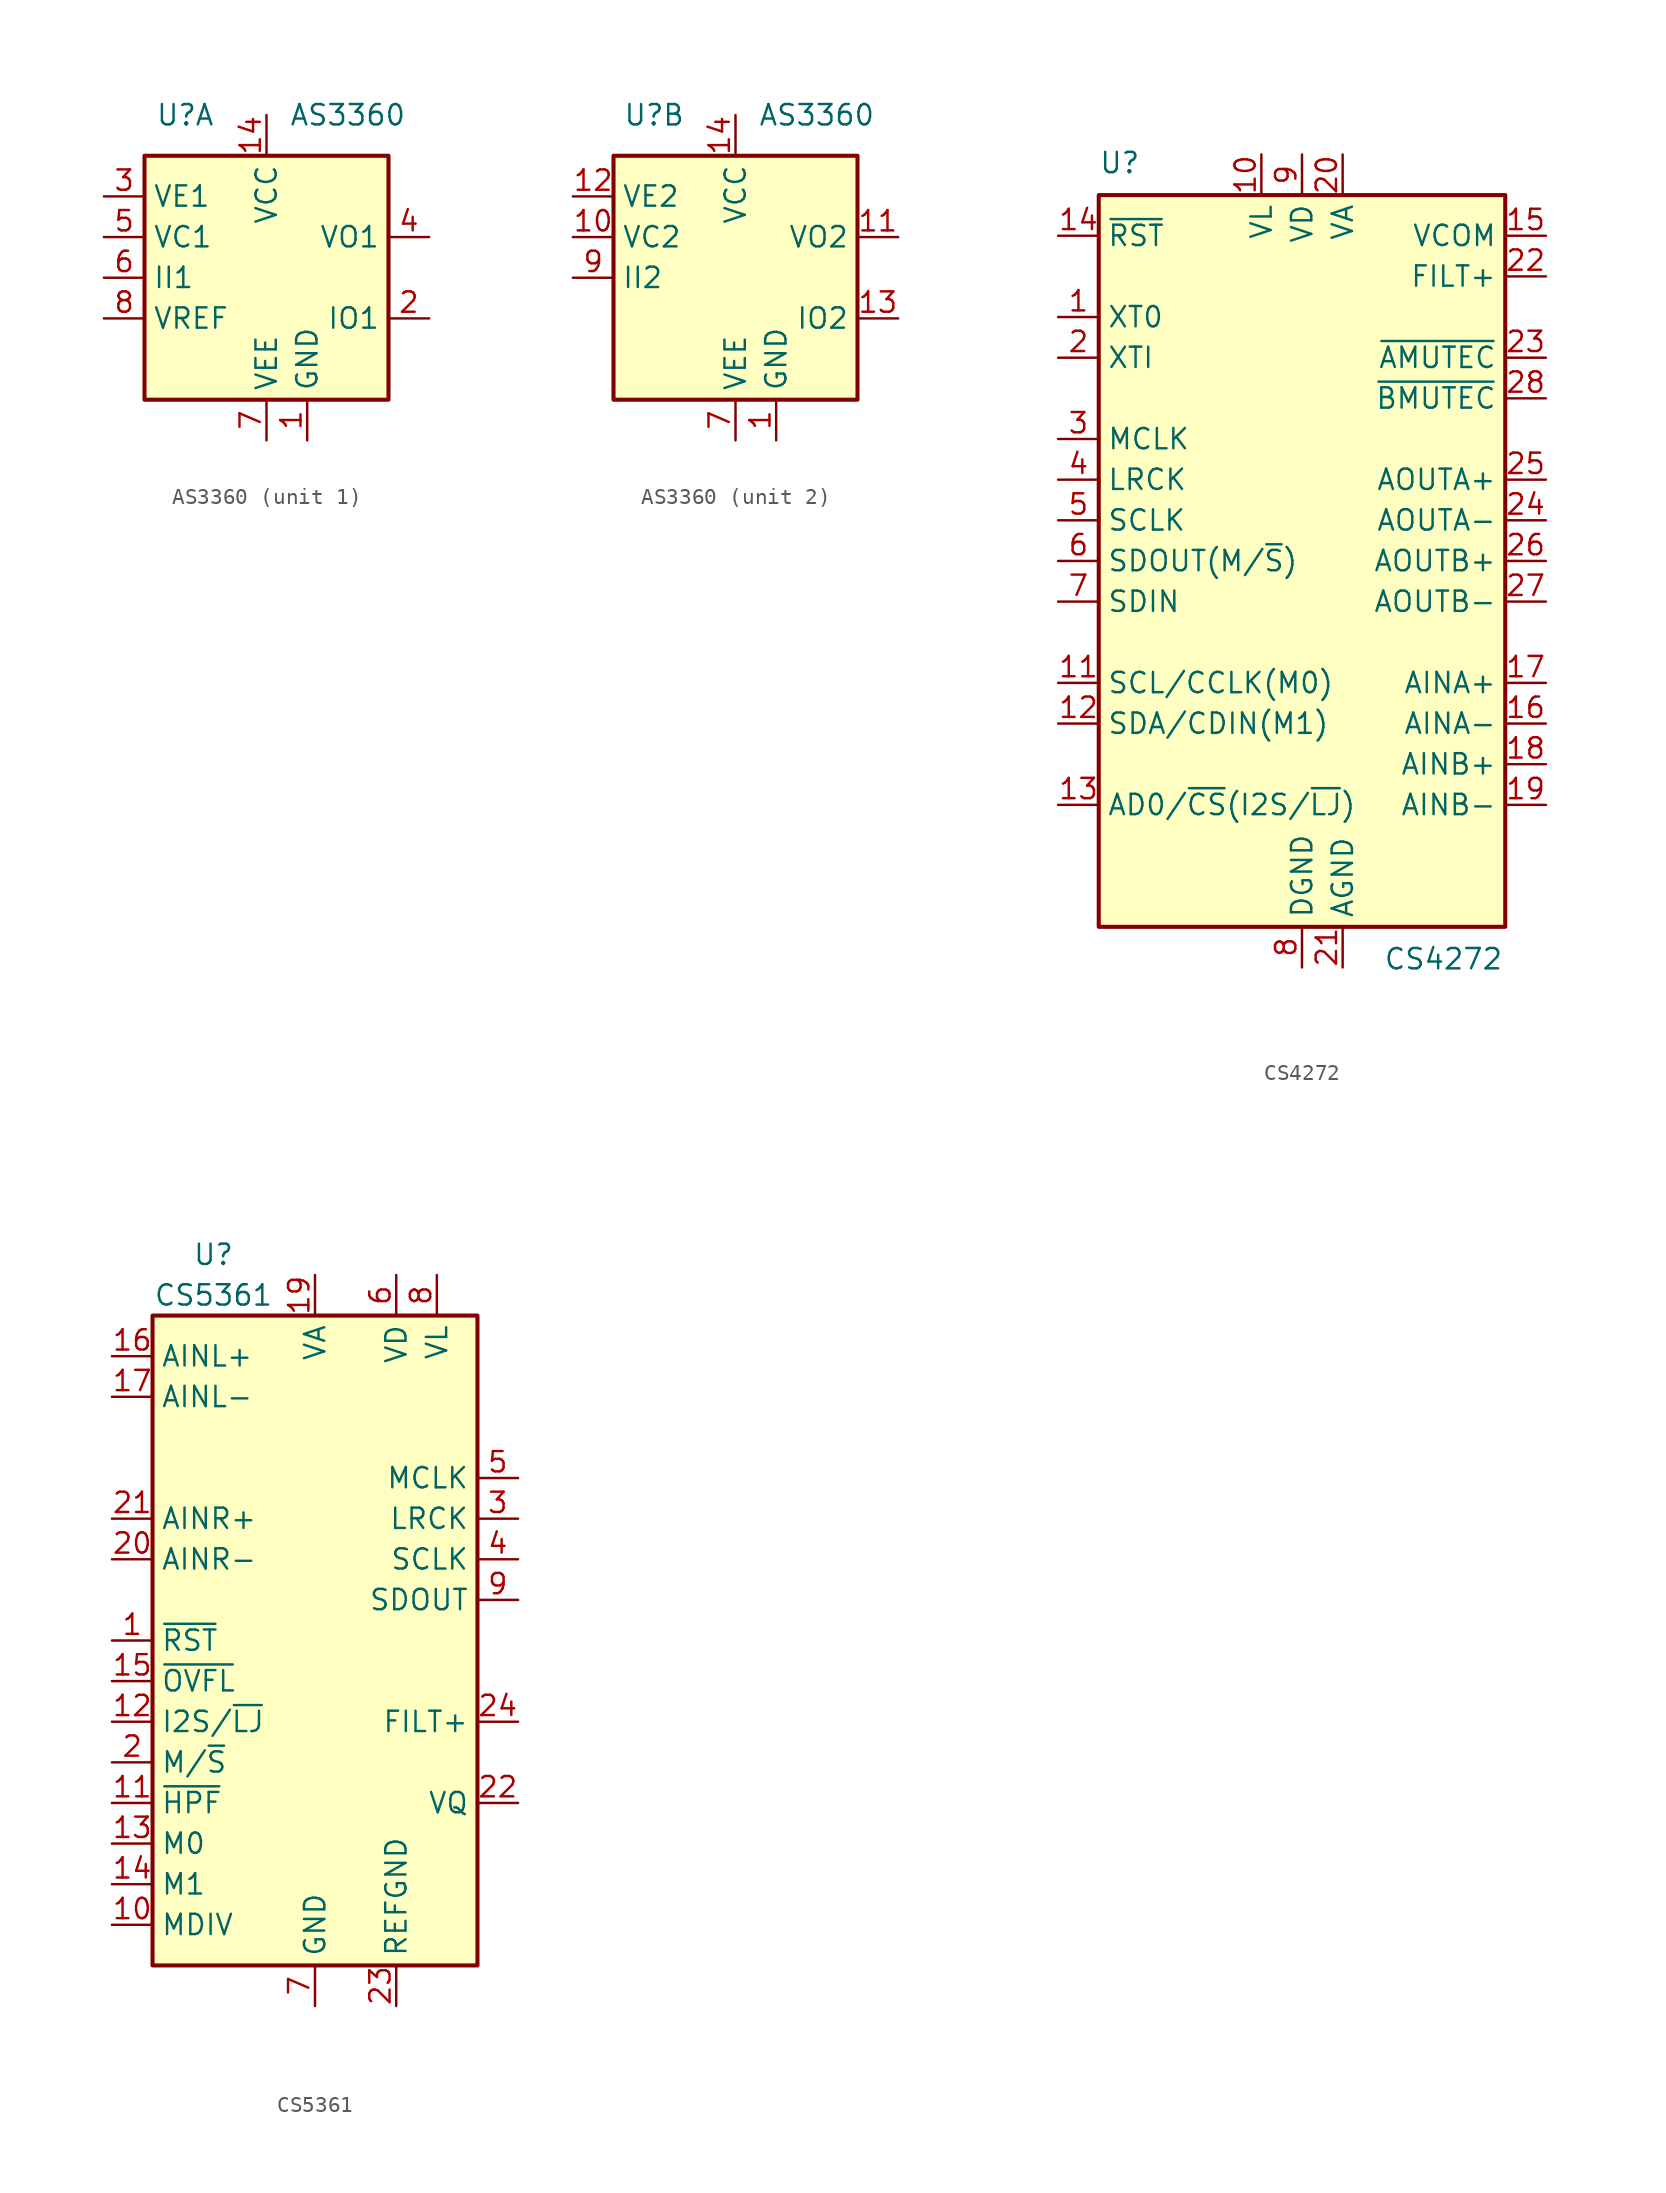
<source format=kicad_sym>
(kicad_symbol_lib
  (version 20231120)
  (generator "kicad_symbol_editor")
  (generator_version "8.0")
  (symbol "AS3360"
    (property "Reference" "U"
      (at -5.08 10.16 0)
      (effects (font (size 1.27 1.27))))
    (property "Value" "AS3360"
      (at 5.08 10.16 0)
      (effects (font (size 1.27 1.27))))
    (symbol "AS3360_0_1"
      (rectangle (start -7.62 7.62) (end 7.62 -7.62) (stroke (width 0.254) (type solid)) (fill (type background)))
      (pin power_in line (at 2.54 -10.16 90) (length 2.54) (name "GND" (effects (font (size 1.27 1.27)))) (number "1" (effects (font (size 1.27 1.27)))))
      (pin power_in line (at 0 10.16 270) (length 2.54) (name "VCC" (effects (font (size 1.27 1.27)))) (number "14" (effects (font (size 1.27 1.27)))))
      (pin power_in line (at 0 -10.16 90) (length 2.54) (name "VEE" (effects (font (size 1.27 1.27)))) (number "7" (effects (font (size 1.27 1.27))))))
    (symbol "AS3360_1_1"
      (pin output line (at 10.16 -2.54 180) (length 2.54) (name "IO1" (effects (font (size 1.27 1.27)))) (number "2" (effects (font (size 1.27 1.27)))))
      (pin input line (at -10.16 5.08 0) (length 2.54) (name "VE1" (effects (font (size 1.27 1.27)))) (number "3" (effects (font (size 1.27 1.27)))))
      (pin output line (at 10.16 2.54 180) (length 2.54) (name "VO1" (effects (font (size 1.27 1.27)))) (number "4" (effects (font (size 1.27 1.27)))))
      (pin input line (at -10.16 2.54 0) (length 2.54) (name "VC1" (effects (font (size 1.27 1.27)))) (number "5" (effects (font (size 1.27 1.27)))))
      (pin input line (at -10.16 0 0) (length 2.54) (name "II1" (effects (font (size 1.27 1.27)))) (number "6" (effects (font (size 1.27 1.27)))))
      (pin passive line (at -10.16 -2.54 0) (length 2.54) (name "VREF" (effects (font (size 1.27 1.27)))) (number "8" (effects (font (size 1.27 1.27))))))
    (symbol "AS3360_2_1"
      (pin input line (at -10.16 2.54 0) (length 2.54) (name "VC2" (effects (font (size 1.27 1.27)))) (number "10" (effects (font (size 1.27 1.27)))))
      (pin output line (at 10.16 2.54 180) (length 2.54) (name "VO2" (effects (font (size 1.27 1.27)))) (number "11" (effects (font (size 1.27 1.27)))))
      (pin input line (at -10.16 5.08 0) (length 2.54) (name "VE2" (effects (font (size 1.27 1.27)))) (number "12" (effects (font (size 1.27 1.27)))))
      (pin output line (at 10.16 -2.54 180) (length 2.54) (name "IO2" (effects (font (size 1.27 1.27)))) (number "13" (effects (font (size 1.27 1.27)))))
      (pin input line (at -10.16 0 0) (length 2.54) (name "II2" (effects (font (size 1.27 1.27)))) (number "9" (effects (font (size 1.27 1.27)))))))
  (symbol "CS4272"
    (property "Reference" "U"
      (at -12.7 24.13 0)
      (effects (font (size 1.27 1.27)) (justify left bottom)))
    (property "Value" "CS4272"
      (at 5.08 -24.13 0)
      (effects (font (size 1.27 1.27)) (justify left top)))
    (symbol "CS4272_0_1"
      (rectangle (start -12.7 22.86) (end 12.7 -22.86) (stroke (width 0.254) (type solid)) (fill (type background))))
    (symbol "CS4272_1_1"
      (pin output line (at -15.24 15.24 0) (length 2.54) (name "XT0" (effects (font (size 1.27 1.27)))) (number "1" (effects (font (size 1.27 1.27)))))
      (pin power_in line (at -2.54 25.4 270) (length 2.54) (name "VL" (effects (font (size 1.27 1.27)))) (number "10" (effects (font (size 1.27 1.27)))))
      (pin input line (at -15.24 -7.62 0) (length 2.54) (name "SCL/CCLK(M0)" (effects (font (size 1.27 1.27)))) (number "11" (effects (font (size 1.27 1.27)))))
      (pin bidirectional line (at -15.24 -10.16 0) (length 2.54) (name "SDA/CDIN(M1)" (effects (font (size 1.27 1.27)))) (number "12" (effects (font (size 1.27 1.27)))))
      (pin input line (at -15.24 -15.24 0) (length 2.54) (name "AD0/~{CS}(I2S/~{LJ})" (effects (font (size 1.27 1.27)))) (number "13" (effects (font (size 1.27 1.27)))))
      (pin input line (at -15.24 20.32 0) (length 2.54) (name "~{RST}" (effects (font (size 1.27 1.27)))) (number "14" (effects (font (size 1.27 1.27)))))
      (pin output line (at 15.24 20.32 180) (length 2.54) (name "VCOM" (effects (font (size 1.27 1.27)))) (number "15" (effects (font (size 1.27 1.27)))))
      (pin input line (at 15.24 -10.16 180) (length 2.54) (name "AINA-" (effects (font (size 1.27 1.27)))) (number "16" (effects (font (size 1.27 1.27)))))
      (pin input line (at 15.24 -7.62 180) (length 2.54) (name "AINA+" (effects (font (size 1.27 1.27)))) (number "17" (effects (font (size 1.27 1.27)))))
      (pin input line (at 15.24 -12.7 180) (length 2.54) (name "AINB+" (effects (font (size 1.27 1.27)))) (number "18" (effects (font (size 1.27 1.27)))))
      (pin input line (at 15.24 -15.24 180) (length 2.54) (name "AINB-" (effects (font (size 1.27 1.27)))) (number "19" (effects (font (size 1.27 1.27)))))
      (pin input line (at -15.24 12.7 0) (length 2.54) (name "XTI" (effects (font (size 1.27 1.27)))) (number "2" (effects (font (size 1.27 1.27)))))
      (pin power_in line (at 2.54 25.4 270) (length 2.54) (name "VA" (effects (font (size 1.27 1.27)))) (number "20" (effects (font (size 1.27 1.27)))))
      (pin power_in line (at 2.54 -25.4 90) (length 2.54) (name "AGND" (effects (font (size 1.27 1.27)))) (number "21" (effects (font (size 1.27 1.27)))))
      (pin output line (at 15.24 17.78 180) (length 2.54) (name "FILT+" (effects (font (size 1.27 1.27)))) (number "22" (effects (font (size 1.27 1.27)))))
      (pin output line (at 15.24 12.7 180) (length 2.54) (name "~{AMUTEC}" (effects (font (size 1.27 1.27)))) (number "23" (effects (font (size 1.27 1.27)))))
      (pin output line (at 15.24 2.54 180) (length 2.54) (name "AOUTA-" (effects (font (size 1.27 1.27)))) (number "24" (effects (font (size 1.27 1.27)))))
      (pin output line (at 15.24 5.08 180) (length 2.54) (name "AOUTA+" (effects (font (size 1.27 1.27)))) (number "25" (effects (font (size 1.27 1.27)))))
      (pin output line (at 15.24 0 180) (length 2.54) (name "AOUTB+" (effects (font (size 1.27 1.27)))) (number "26" (effects (font (size 1.27 1.27)))))
      (pin output line (at 15.24 -2.54 180) (length 2.54) (name "AOUTB-" (effects (font (size 1.27 1.27)))) (number "27" (effects (font (size 1.27 1.27)))))
      (pin output line (at 15.24 10.16 180) (length 2.54) (name "~{BMUTEC}" (effects (font (size 1.27 1.27)))) (number "28" (effects (font (size 1.27 1.27)))))
      (pin bidirectional line (at -15.24 7.62 0) (length 2.54) (name "MCLK" (effects (font (size 1.27 1.27)))) (number "3" (effects (font (size 1.27 1.27)))))
      (pin bidirectional line (at -15.24 5.08 0) (length 2.54) (name "LRCK" (effects (font (size 1.27 1.27)))) (number "4" (effects (font (size 1.27 1.27)))))
      (pin bidirectional line (at -15.24 2.54 0) (length 2.54) (name "SCLK" (effects (font (size 1.27 1.27)))) (number "5" (effects (font (size 1.27 1.27)))))
      (pin output line (at -15.24 0 0) (length 2.54) (name "SDOUT(M/~{S})" (effects (font (size 1.27 1.27)))) (number "6" (effects (font (size 1.27 1.27)))))
      (pin input line (at -15.24 -2.54 0) (length 2.54) (name "SDIN" (effects (font (size 1.27 1.27)))) (number "7" (effects (font (size 1.27 1.27)))))
      (pin power_in line (at 0 -25.4 90) (length 2.54) (name "DGND" (effects (font (size 1.27 1.27)))) (number "8" (effects (font (size 1.27 1.27)))))
      (pin power_in line (at 0 25.4 270) (length 2.54) (name "VD" (effects (font (size 1.27 1.27)))) (number "9" (effects (font (size 1.27 1.27)))))))
  (symbol "CS5361"
    (property "Reference" "U"
      (at -6.35 24.13 0)
      (effects (font (size 1.27 1.27))))
    (property "Value" "CS5361"
      (at -6.35 21.59 0)
      (effects (font (size 1.27 1.27))))
    (symbol "CS5361_0_1"
      (rectangle (start -10.16 20.32) (end 10.16 -20.32) (stroke (width 0.254) (type solid)) (fill (type background))))
    (symbol "CS5361_1_1"
      (pin input line (at -12.7 0 0) (length 2.54) (name "~{RST}" (effects (font (size 1.27 1.27)))) (number "1" (effects (font (size 1.27 1.27)))))
      (pin input line (at -12.7 -17.78 0) (length 2.54) (name "MDIV" (effects (font (size 1.27 1.27)))) (number "10" (effects (font (size 1.27 1.27)))))
      (pin input line (at -12.7 -10.16 0) (length 2.54) (name "~{HPF}" (effects (font (size 1.27 1.27)))) (number "11" (effects (font (size 1.27 1.27)))))
      (pin input line (at -12.7 -5.08 0) (length 2.54) (name "I2S/~{LJ}" (effects (font (size 1.27 1.27)))) (number "12" (effects (font (size 1.27 1.27)))))
      (pin input line (at -12.7 -12.7 0) (length 2.54) (name "M0" (effects (font (size 1.27 1.27)))) (number "13" (effects (font (size 1.27 1.27)))))
      (pin input line (at -12.7 -15.24 0) (length 2.54) (name "M1" (effects (font (size 1.27 1.27)))) (number "14" (effects (font (size 1.27 1.27)))))
      (pin input line (at -12.7 -2.54 0) (length 2.54) (name "~{OVFL}" (effects (font (size 1.27 1.27)))) (number "15" (effects (font (size 1.27 1.27)))))
      (pin input line (at -12.7 17.78 0) (length 2.54) (name "AINL+" (effects (font (size 1.27 1.27)))) (number "16" (effects (font (size 1.27 1.27)))))
      (pin input line (at -12.7 15.24 0) (length 2.54) (name "AINL-" (effects (font (size 1.27 1.27)))) (number "17" (effects (font (size 1.27 1.27)))))
      (pin passive line (at 0 -22.86 90) (length 2.54) hide (name "GND" (effects (font (size 1.27 1.27)))) (number "18" (effects (font (size 1.27 1.27)))))
      (pin power_in line (at 0 22.86 270) (length 2.54) (name "VA" (effects (font (size 1.27 1.27)))) (number "19" (effects (font (size 1.27 1.27)))))
      (pin input line (at -12.7 -7.62 0) (length 2.54) (name "M/~{S}" (effects (font (size 1.27 1.27)))) (number "2" (effects (font (size 1.27 1.27)))))
      (pin input line (at -12.7 5.08 0) (length 2.54) (name "AINR-" (effects (font (size 1.27 1.27)))) (number "20" (effects (font (size 1.27 1.27)))))
      (pin input line (at -12.7 7.62 0) (length 2.54) (name "AINR+" (effects (font (size 1.27 1.27)))) (number "21" (effects (font (size 1.27 1.27)))))
      (pin power_out line (at 12.7 -10.16 180) (length 2.54) (name "VQ" (effects (font (size 1.27 1.27)))) (number "22" (effects (font (size 1.27 1.27)))))
      (pin power_in line (at 5.08 -22.86 90) (length 2.54) (name "REFGND" (effects (font (size 1.27 1.27)))) (number "23" (effects (font (size 1.27 1.27)))))
      (pin power_out line (at 12.7 -5.08 180) (length 2.54) (name "FILT+" (effects (font (size 1.27 1.27)))) (number "24" (effects (font (size 1.27 1.27)))))
      (pin bidirectional line (at 12.7 7.62 180) (length 2.54) (name "LRCK" (effects (font (size 1.27 1.27)))) (number "3" (effects (font (size 1.27 1.27)))))
      (pin bidirectional line (at 12.7 5.08 180) (length 2.54) (name "SCLK" (effects (font (size 1.27 1.27)))) (number "4" (effects (font (size 1.27 1.27)))))
      (pin input line (at 12.7 10.16 180) (length 2.54) (name "MCLK" (effects (font (size 1.27 1.27)))) (number "5" (effects (font (size 1.27 1.27)))))
      (pin power_in line (at 5.08 22.86 270) (length 2.54) (name "VD" (effects (font (size 1.27 1.27)))) (number "6" (effects (font (size 1.27 1.27)))))
      (pin power_in line (at 0 -22.86 90) (length 2.54) (name "GND" (effects (font (size 1.27 1.27)))) (number "7" (effects (font (size 1.27 1.27)))))
      (pin power_in line (at 7.62 22.86 270) (length 2.54) (name "VL" (effects (font (size 1.27 1.27)))) (number "8" (effects (font (size 1.27 1.27)))))
      (pin output line (at 12.7 2.54 180) (length 2.54) (name "SDOUT" (effects (font (size 1.27 1.27)))) (number "9" (effects (font (size 1.27 1.27))))))))
</source>
